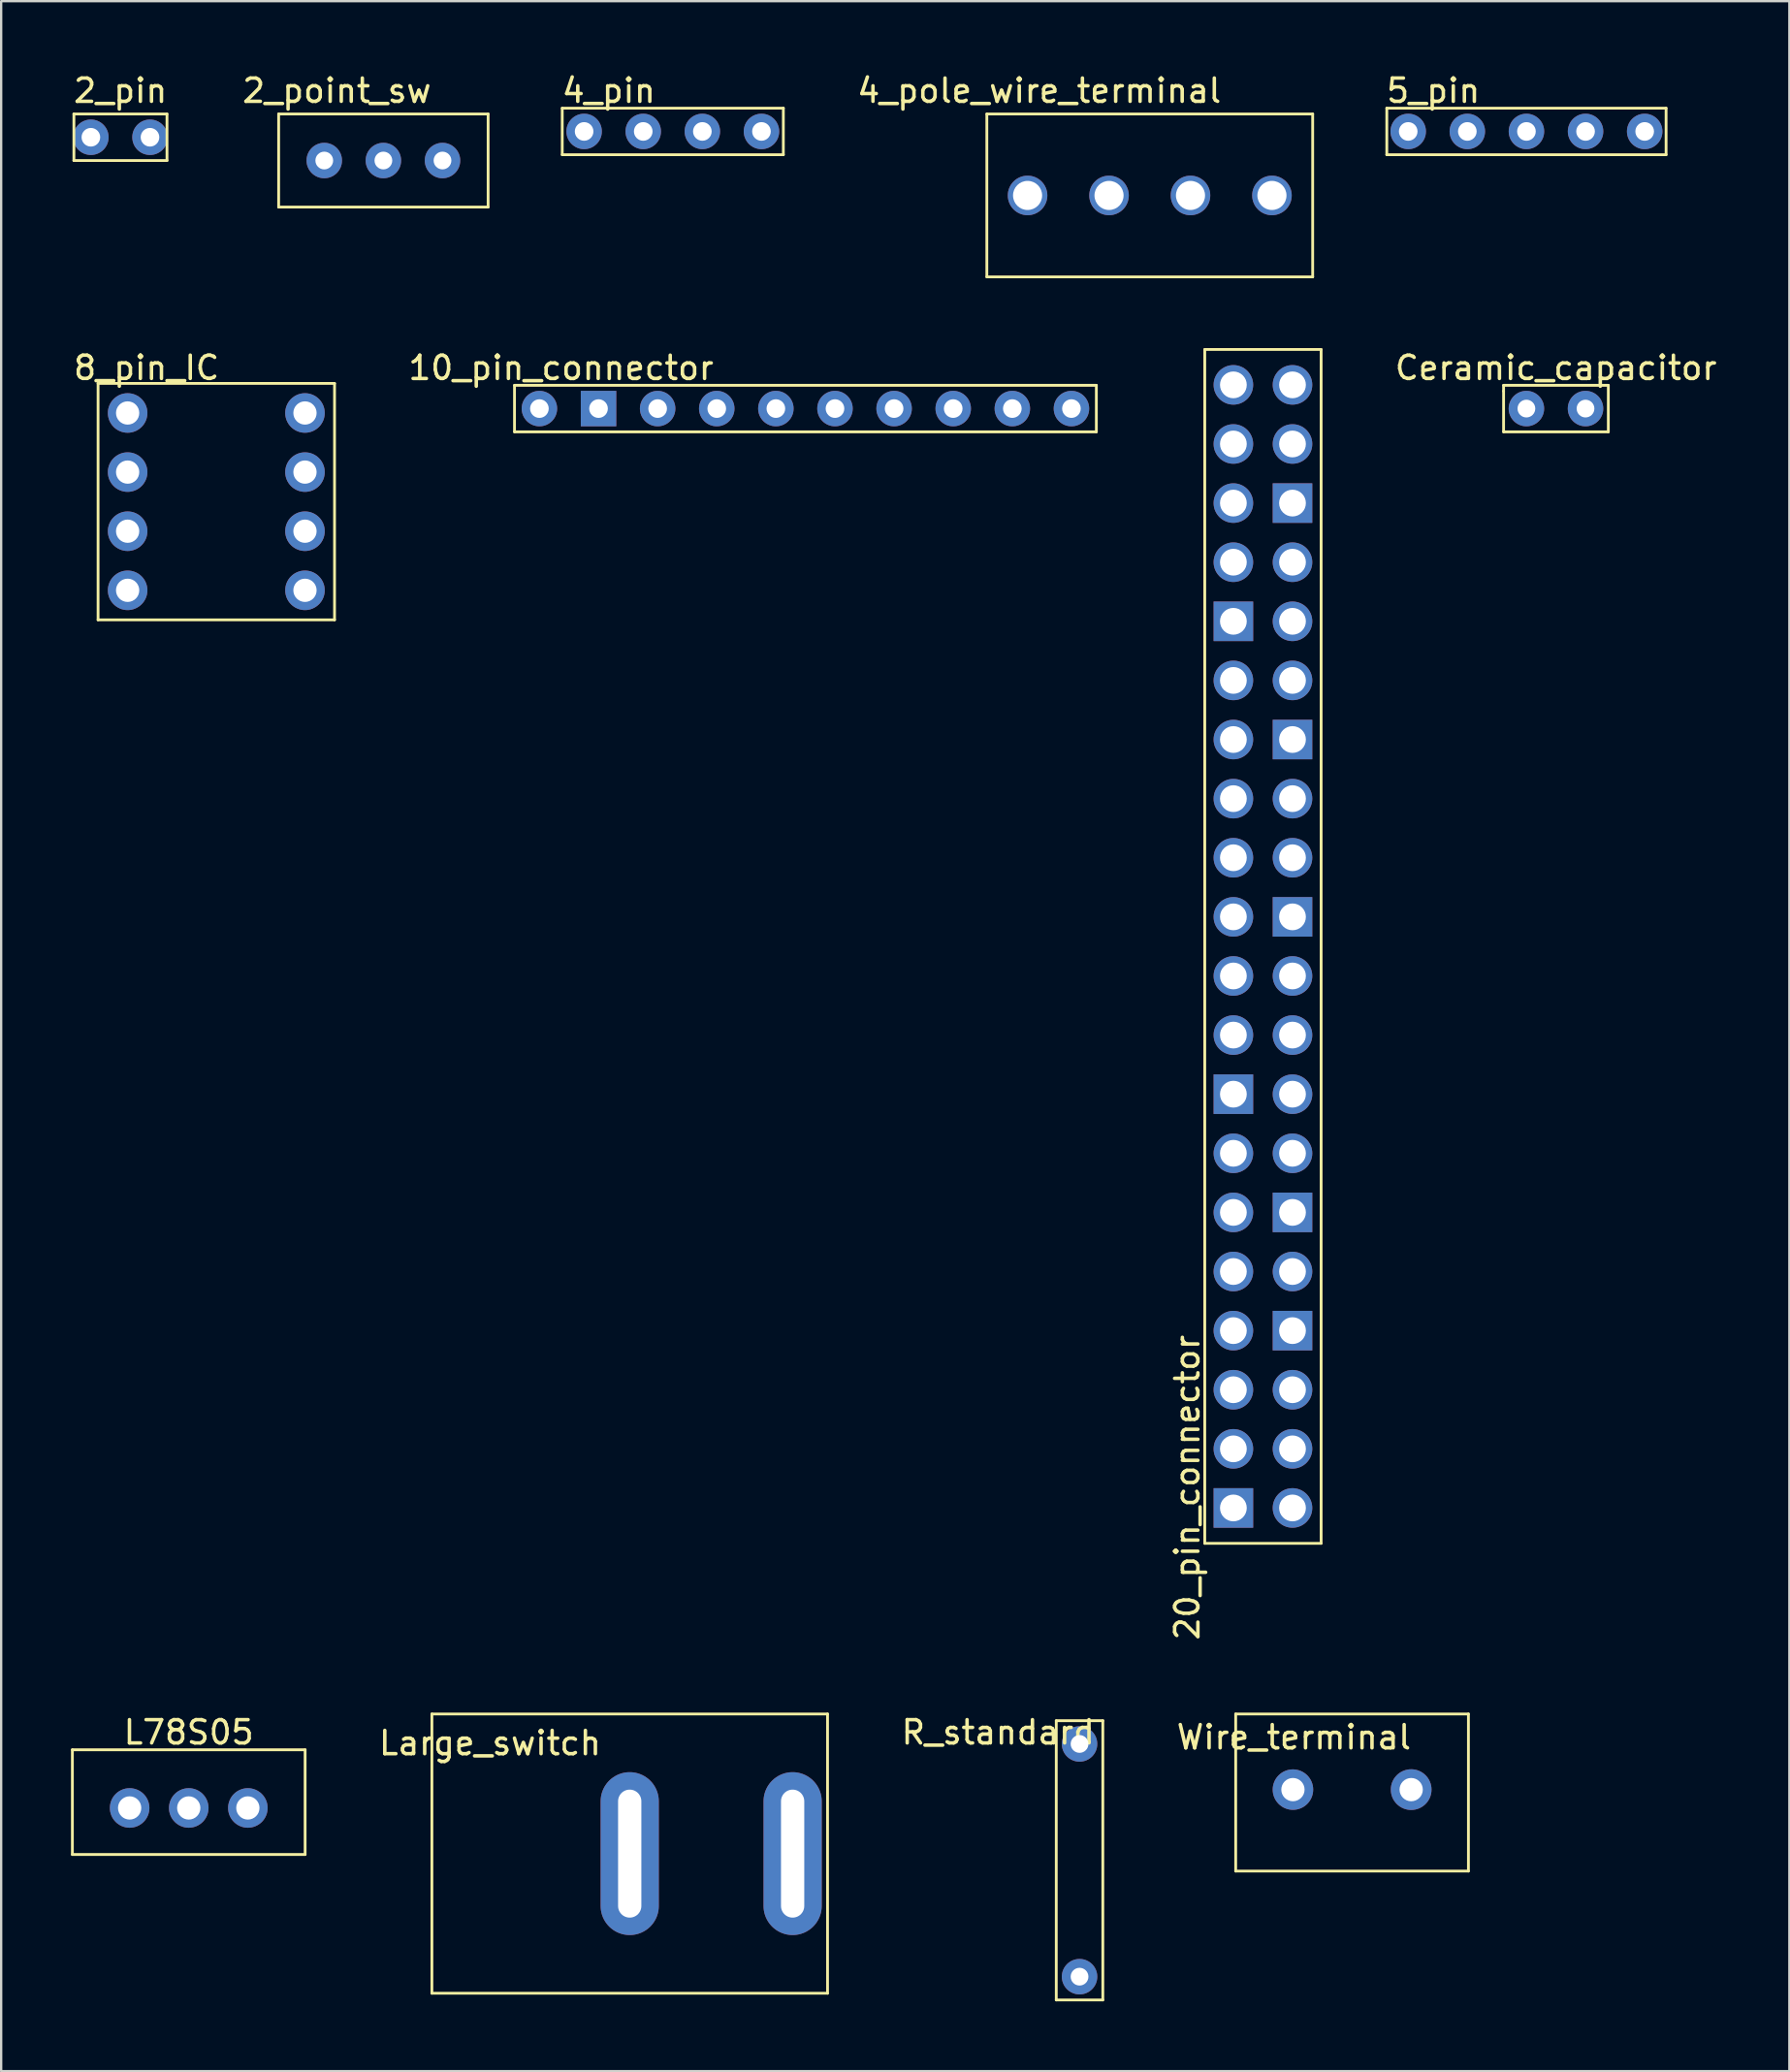
<source format=kicad_pcb>
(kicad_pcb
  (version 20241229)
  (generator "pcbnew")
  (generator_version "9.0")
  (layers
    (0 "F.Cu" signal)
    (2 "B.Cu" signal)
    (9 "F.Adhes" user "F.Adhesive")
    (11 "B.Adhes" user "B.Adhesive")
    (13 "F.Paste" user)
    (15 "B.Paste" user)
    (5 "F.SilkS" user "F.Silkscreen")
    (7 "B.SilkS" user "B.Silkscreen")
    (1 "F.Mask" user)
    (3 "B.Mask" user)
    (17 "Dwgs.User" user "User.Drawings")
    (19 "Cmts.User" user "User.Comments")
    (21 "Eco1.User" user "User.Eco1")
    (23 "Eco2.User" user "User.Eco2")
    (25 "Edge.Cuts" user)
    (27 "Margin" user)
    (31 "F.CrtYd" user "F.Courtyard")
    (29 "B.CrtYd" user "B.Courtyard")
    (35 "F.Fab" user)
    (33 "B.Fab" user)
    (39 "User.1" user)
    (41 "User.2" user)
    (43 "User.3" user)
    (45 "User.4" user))
  (footprint "5_pin"
    (layer "F.Cu")
    (at 62.537 2.598)
    (property "Reference" "5_pin" (at -4 -1.75 0) (layer "F.SilkS") (effects (font (size 1 1) (thickness 0.15))))
    (attr through_hole)
    (fp_line (start -6 -1) (end -6 1) (stroke (width 0.12) (type solid)) (layer "F.SilkS"))
    (fp_line (start -6 1) (end 6 1) (stroke (width 0.12) (type solid)) (layer "F.SilkS"))
    (fp_line (start 6 -1) (end -6 -1) (stroke (width 0.12) (type solid)) (layer "F.SilkS"))
    (fp_line (start 6 1) (end 6 -1) (stroke (width 0.12) (type solid)) (layer "F.SilkS"))
    (pad "1" thru_hole circle (at -5.08 0) (size 1.524 1.524) (drill 0.8) (layers "*.Cu" "*.Mask"))
    (pad "2" thru_hole circle (at -2.54 0) (size 1.524 1.524) (drill 0.8) (layers "*.Cu" "*.Mask"))
    (pad "3" thru_hole circle (at 0 0) (size 1.524 1.524) (drill 0.8) (layers "*.Cu" "*.Mask"))
    (pad "4" thru_hole circle (at 2.54 0) (size 1.524 1.524) (drill 0.8) (layers "*.Cu" "*.Mask"))
    (pad "5" thru_hole circle (at 5.08 0) (size 1.524 1.524) (drill 0.8) (layers "*.Cu" "*.Mask")))
  (footprint "2_point_sw"
    (layer "F.Cu")
    (at 13.423 3.848)
    (property "Reference" "2_point_sw" (at -2 -3 0) (layer "F.SilkS") (effects (font (size 1 1) (thickness 0.15))))
    (attr through_hole)
    (fp_line (start -4.5 -2) (end -4.5 2) (stroke (width 0.12) (type solid)) (layer "F.SilkS"))
    (fp_line (start -4.5 2) (end 4.5 2) (stroke (width 0.12) (type solid)) (layer "F.SilkS"))
    (fp_line (start 4.5 -2) (end -4.5 -2) (stroke (width 0.12) (type solid)) (layer "F.SilkS"))
    (fp_line (start 4.5 -2) (end 4.5 2) (stroke (width 0.12) (type solid)) (layer "F.SilkS"))
    (pad "1" thru_hole circle (at -2.54 0) (size 1.524 1.524) (drill 0.762) (layers "*.Cu" "*.Mask"))
    (pad "2" thru_hole circle (at 0 0) (size 1.524 1.524) (drill 0.762) (layers "*.Cu" "*.Mask"))
    (pad "3" thru_hole circle (at 2.54 0) (size 1.524 1.524) (drill 0.762) (layers "*.Cu" "*.Mask")))
  (footprint "R_standard"
    (layer "F.Cu")
    (at 43.335 76.889)
    (property "Reference" "R_standard" (at -3.5 -5.5 0) (layer "F.SilkS") (effects (font (size 1 1) (thickness 0.15))))
    (attr through_hole)
    (fp_line (start -1 -6) (end -1 6) (stroke (width 0.12) (type solid)) (layer "F.SilkS"))
    (fp_line (start -1 6) (end 1 6) (stroke (width 0.12) (type solid)) (layer "F.SilkS"))
    (fp_line (start 1 -6) (end -1 -6) (stroke (width 0.12) (type solid)) (layer "F.SilkS"))
    (fp_line (start 1 6) (end 1 -6) (stroke (width 0.12) (type solid)) (layer "F.SilkS"))
    (pad "1" thru_hole circle (at 0 -5) (size 1.524 1.524) (drill 0.762) (layers "*.Cu" "*.Mask"))
    (pad "2" thru_hole circle (at 0 5) (size 1.524 1.524) (drill 0.762) (layers "*.Cu" "*.Mask")))
  (footprint "Large_switch"
    (layer "F.Cu")
    (at 24.007 76.601)
    (property "Reference" "Large_switch" (at -6 -4.75 0) (layer "F.SilkS") (effects (font (size 1 1) (thickness 0.15))))
    (attr through_hole)
    (fp_line (start -8.5 -6) (end -8.5 6) (stroke (width 0.12) (type solid)) (layer "F.SilkS"))
    (fp_line (start -8.5 -6) (end 8.5 -6) (stroke (width 0.12) (type solid)) (layer "F.SilkS"))
    (fp_line (start -8.5 6) (end 8.5 6) (stroke (width 0.12) (type solid)) (layer "F.SilkS"))
    (fp_line (start 8.5 -6) (end 8.5 6) (stroke (width 0.12) (type solid)) (layer "F.SilkS"))
    (pad "1" thru_hole oval (at 0 0) (size 2.5 7) (drill oval 1 5.5) (layers "*.Cu" "*.Mask"))
    (pad "2" thru_hole oval (at 7 0) (size 2.5 7) (drill oval 1 5.5) (layers "*.Cu" "*.Mask")))
  (footprint "Ceramic_capacitor"
    (layer "F.Cu")
    (at 63.805 14.507)
    (property "Reference" "Ceramic_capacitor" (at 0 -1.75 0) (layer "F.SilkS") (effects (font (size 1 1) (thickness 0.15))))
    (attr through_hole)
    (fp_line (start -2.25 -1) (end -2.25 -0.75) (stroke (width 0.12) (type solid)) (layer "F.SilkS"))
    (fp_line (start -2.25 -0.75) (end -2.25 1) (stroke (width 0.12) (type solid)) (layer "F.SilkS"))
    (fp_line (start -2.25 1) (end 2.25 1) (stroke (width 0.12) (type solid)) (layer "F.SilkS"))
    (fp_line (start 2.25 -1) (end -2.25 -1) (stroke (width 0.12) (type solid)) (layer "F.SilkS"))
    (fp_line (start 2.25 1) (end 2.25 -1) (stroke (width 0.12) (type solid)) (layer "F.SilkS"))
    (pad "1" thru_hole circle (at -1.27 0) (size 1.524 1.524) (drill 0.762) (layers "*.Cu" "*.Mask"))
    (pad "2" thru_hole circle (at 1.27 0) (size 1.524 1.524) (drill 0.762) (layers "*.Cu" "*.Mask")))
  (footprint "2_pin"
    (layer "F.Cu")
    (at 2.125 2.848)
    (property "Reference" "2_pin" (at 0 -2 0) (layer "F.SilkS") (effects (font (size 1 1) (thickness 0.15))))
    (attr through_hole)
    (fp_line (start -2 -1) (end -2 1) (stroke (width 0.12) (type solid)) (layer "F.SilkS"))
    (fp_line (start -2 1) (end 2 1) (stroke (width 0.12) (type solid)) (layer "F.SilkS"))
    (fp_line (start 2 -1) (end -2 -1) (stroke (width 0.12) (type solid)) (layer "F.SilkS"))
    (fp_line (start 2 1) (end 2 -1) (stroke (width 0.12) (type solid)) (layer "F.SilkS"))
    (pad "1" thru_hole circle (at -1.27 0) (size 1.524 1.524) (drill 0.8) (layers "*.Cu" "*.Mask"))
    (pad "2" thru_hole circle (at 1.27 0) (size 1.524 1.524) (drill 0.8) (layers "*.Cu" "*.Mask")))
  (footprint "4_pole_wire_terminal"
    (layer "F.Cu")
    (at 46.352 5.348)
    (property "Reference" "4_pole_wire_terminal" (at -4.75 -4.5 0) (layer "F.SilkS") (effects (font (size 1 1) (thickness 0.15))))
    (attr through_hole)
    (fp_line (start -7 -3.5) (end -7 3.5) (stroke (width 0.12) (type solid)) (layer "F.SilkS"))
    (fp_line (start -7 3.5) (end 7 3.5) (stroke (width 0.12) (type solid)) (layer "F.SilkS"))
    (fp_line (start 7 -3.5) (end -7 -3.5) (stroke (width 0.12) (type solid)) (layer "F.SilkS"))
    (fp_line (start 7 3.5) (end 7 -3.5) (stroke (width 0.12) (type solid)) (layer "F.SilkS"))
    (pad "1" thru_hole circle (at -5.25 0) (size 1.7 1.7) (drill 1.25) (layers "*.Cu" "*.Mask"))
    (pad "2" thru_hole circle (at -1.75 0) (size 1.7 1.7) (drill 1.25) (layers "*.Cu" "*.Mask"))
    (pad "3" thru_hole circle (at 1.75 0) (size 1.7 1.7) (drill 1.25) (layers "*.Cu" "*.Mask"))
    (pad "4" thru_hole circle (at 5.25 0) (size 1.7 1.7) (drill 1.25) (layers "*.Cu" "*.Mask")))
  (footprint "Wire_terminal"
    (layer "F.Cu")
    (at 55.044 73.851)
    (property "Reference" "Wire_terminal" (at -2.5 -2.25 0) (layer "F.SilkS") (effects (font (size 1 1) (thickness 0.15))))
    (attr through_hole)
    (fp_line (start -5 -3.25) (end 5 -3.25) (stroke (width 0.12) (type solid)) (layer "F.SilkS"))
    (fp_line (start -5 3.5) (end -5 -3.25) (stroke (width 0.12) (type solid)) (layer "F.SilkS"))
    (fp_line (start -5 3.5) (end 5 3.5) (stroke (width 0.12) (type solid)) (layer "F.SilkS"))
    (fp_line (start 5 -3.25) (end 5 3.5) (stroke (width 0.12) (type solid)) (layer "F.SilkS"))
    (pad "1" thru_hole circle (at -2.54 0) (size 1.74 1.74) (drill 1) (layers "*.Cu" "*.Mask"))
    (pad "2" thru_hole circle (at 2.54 0) (size 1.75 1.75) (drill 1) (layers "*.Cu" "*.Mask")))
  (footprint "L78S05"
    (layer "F.Cu")
    (at 5.06 74.639)
    (property "Reference" "L78S05" (at 0 -3.25 0) (layer "F.SilkS") (effects (font (size 1 1) (thickness 0.15))))
    (attr through_hole)
    (fp_line (start -5 -2.5) (end 5 -2.5) (stroke (width 0.12) (type solid)) (layer "F.SilkS"))
    (fp_line (start -5 2) (end -5 -2.5) (stroke (width 0.12) (type solid)) (layer "F.SilkS"))
    (fp_line (start -5 2) (end 5 2) (stroke (width 0.12) (type solid)) (layer "F.SilkS"))
    (fp_line (start 5 -2.5) (end 5 2) (stroke (width 0.12) (type solid)) (layer "F.SilkS"))
    (pad "1" thru_hole circle (at -2.54 0) (size 1.7 1.7) (drill 1) (layers "*.Cu" "*.Mask"))
    (pad "2" thru_hole circle (at 0 0) (size 1.7 1.7) (drill 1) (layers "*.Cu" "*.Mask"))
    (pad "3" thru_hole circle (at 2.54 0) (size 1.7 1.7) (drill 1) (layers "*.Cu" "*.Mask")))
  (footprint "20_pin_connector"
    (layer "F.Cu")
    (at 51.215 37.618)
    (property "Reference" "20_pin_connector" (at -3.25 23.25 90) (layer "F.SilkS") (effects (font (size 1 1) (thickness 0.15))))
    (attr through_hole)
    (fp_line (start -2.5 -25.65) (end -2.5 25.65) (stroke (width 0.12) (type solid)) (layer "F.SilkS"))
    (fp_line (start -2.5 -25.65) (end 2.5 -25.65) (stroke (width 0.12) (type solid)) (layer "F.SilkS"))
    (fp_line (start -2.5 25.65) (end 2.5 25.65) (stroke (width 0.12) (type solid)) (layer "F.SilkS"))
    (fp_line (start 2.5 -25.65) (end 2.5 25.65) (stroke (width 0.12) (type solid)) (layer "F.SilkS"))
    (pad "1" thru_hole circle (at -1.27 -24.13) (size 1.7 1.7) (drill 1.15) (layers "*.Cu" "*.Mask"))
    (pad "2" thru_hole circle (at 1.27 -24.13) (size 1.7 1.7) (drill 1.15) (layers "*.Cu" "*.Mask"))
    (pad "3" thru_hole circle (at -1.27 -21.59) (size 1.7 1.7) (drill 1.15) (layers "*.Cu" "*.Mask"))
    (pad "4" thru_hole circle (at 1.27 -21.59) (size 1.7 1.7) (drill 1.15) (layers "*.Cu" "*.Mask"))
    (pad "5" thru_hole circle (at -1.27 -19.05) (size 1.7 1.7) (drill 1.15) (layers "*.Cu" "*.Mask"))
    (pad "6" thru_hole rect (at 1.27 -19.05) (size 1.7 1.7) (drill 1.15) (layers "*.Cu" "*.Mask"))
    (pad "7" thru_hole circle (at -1.27 -16.51) (size 1.7 1.7) (drill 1.15) (layers "*.Cu" "*.Mask"))
    (pad "8" thru_hole circle (at 1.27 -16.51) (size 1.7 1.7) (drill 1.15) (layers "*.Cu" "*.Mask"))
    (pad "9" thru_hole rect (at -1.27 -13.97) (size 1.7 1.7) (drill 1.15) (layers "*.Cu" "*.Mask"))
    (pad "10" thru_hole circle (at 1.27 -13.97) (size 1.7 1.7) (drill 1.15) (layers "*.Cu" "*.Mask"))
    (pad "11" thru_hole circle (at -1.27 -11.43) (size 1.7 1.7) (drill 1.15) (layers "*.Cu" "*.Mask"))
    (pad "12" thru_hole circle (at 1.27 -11.43) (size 1.7 1.7) (drill 1.15) (layers "*.Cu" "*.Mask"))
    (pad "13" thru_hole circle (at -1.27 -8.89) (size 1.7 1.7) (drill 1.15) (layers "*.Cu" "*.Mask"))
    (pad "14" thru_hole rect (at 1.27 -8.89) (size 1.7 1.7) (drill 1.15) (layers "*.Cu" "*.Mask"))
    (pad "15" thru_hole circle (at -1.27 -6.35) (size 1.7 1.7) (drill 1.15) (layers "*.Cu" "*.Mask"))
    (pad "16" thru_hole circle (at 1.27 -6.35) (size 1.7 1.7) (drill 1.15) (layers "*.Cu" "*.Mask"))
    (pad "17" thru_hole circle (at -1.27 -3.81) (size 1.7 1.7) (drill 1.15) (layers "*.Cu" "*.Mask"))
    (pad "18" thru_hole circle (at 1.27 -3.81) (size 1.7 1.7) (drill 1.15) (layers "*.Cu" "*.Mask"))
    (pad "19" thru_hole circle (at -1.27 -1.27) (size 1.7 1.7) (drill 1.15) (layers "*.Cu" "*.Mask"))
    (pad "20" thru_hole rect (at 1.27 -1.27) (size 1.7 1.7) (drill 1.15) (layers "*.Cu" "*.Mask"))
    (pad "21" thru_hole circle (at -1.27 1.27) (size 1.7 1.7) (drill 1.15) (layers "*.Cu" "*.Mask"))
    (pad "22" thru_hole circle (at 1.27 1.27) (size 1.7 1.7) (drill 1.15) (layers "*.Cu" "*.Mask"))
    (pad "23" thru_hole circle (at -1.27 3.81) (size 1.7 1.7) (drill 1.15) (layers "*.Cu" "*.Mask"))
    (pad "24" thru_hole circle (at 1.27 3.81) (size 1.7 1.7) (drill 1.15) (layers "*.Cu" "*.Mask"))
    (pad "25" thru_hole rect (at -1.27 6.35) (size 1.7 1.7) (drill 1.15) (layers "*.Cu" "*.Mask"))
    (pad "26" thru_hole circle (at 1.27 6.35) (size 1.7 1.7) (drill 1.15) (layers "*.Cu" "*.Mask"))
    (pad "27" thru_hole circle (at -1.27 8.89) (size 1.7 1.7) (drill 1.15) (layers "*.Cu" "*.Mask"))
    (pad "28" thru_hole circle (at 1.27 8.89) (size 1.7 1.7) (drill 1.15) (layers "*.Cu" "*.Mask"))
    (pad "29" thru_hole circle (at -1.27 11.43) (size 1.7 1.7) (drill 1.15) (layers "*.Cu" "*.Mask"))
    (pad "30" thru_hole rect (at 1.27 11.43) (size 1.7 1.7) (drill 1.15) (layers "*.Cu" "*.Mask"))
    (pad "31" thru_hole circle (at -1.27 13.97) (size 1.7 1.7) (drill 1.15) (layers "*.Cu" "*.Mask"))
    (pad "32" thru_hole circle (at 1.27 13.97) (size 1.7 1.7) (drill 1.15) (layers "*.Cu" "*.Mask"))
    (pad "33" thru_hole circle (at -1.27 16.51) (size 1.7 1.7) (drill 1.15) (layers "*.Cu" "*.Mask"))
    (pad "34" thru_hole rect (at 1.27 16.51) (size 1.7 1.7) (drill 1.15) (layers "*.Cu" "*.Mask"))
    (pad "35" thru_hole circle (at -1.27 19.05) (size 1.7 1.7) (drill 1.15) (layers "*.Cu" "*.Mask"))
    (pad "36" thru_hole circle (at 1.27 19.05) (size 1.7 1.7) (drill 1.15) (layers "*.Cu" "*.Mask"))
    (pad "37" thru_hole circle (at -1.27 21.59) (size 1.7 1.7) (drill 1.15) (layers "*.Cu" "*.Mask"))
    (pad "38" thru_hole circle (at 1.27 21.59) (size 1.7 1.7) (drill 1.15) (layers "*.Cu" "*.Mask"))
    (pad "39" thru_hole rect (at -1.27 24.13) (size 1.7 1.7) (drill 1.15) (layers "*.Cu" "*.Mask"))
    (pad "40" thru_hole circle (at 1.27 24.13) (size 1.7 1.7) (drill 1.15) (layers "*.Cu" "*.Mask")))
  (footprint "8_pin_IC"
    (layer "F.Cu")
    (at 6.244 18.506)
    (property "Reference" "8_pin_IC" (at -3 -5.75 0) (layer "F.SilkS") (effects (font (size 1 1) (thickness 0.15))))
    (attr through_hole)
    (fp_line (start -5.08 -5.08) (end 5.08 -5.08) (stroke (width 0.12) (type solid)) (layer "F.SilkS"))
    (fp_line (start -5.08 5.08) (end -5.08 -5.08) (stroke (width 0.12) (type solid)) (layer "F.SilkS"))
    (fp_line (start -5.08 5.08) (end 5.08 5.08) (stroke (width 0.12) (type solid)) (layer "F.SilkS"))
    (fp_line (start 5.08 -5.08) (end 5.08 5.08) (stroke (width 0.12) (type solid)) (layer "F.SilkS"))
    (pad "1" thru_hole circle (at -3.81 -3.81) (size 1.7 1.7) (drill 1) (layers "*.Cu" "*.Mask"))
    (pad "2" thru_hole circle (at -3.81 -1.27) (size 1.7 1.7) (drill 1) (layers "*.Cu" "*.Mask"))
    (pad "3" thru_hole circle (at -3.81 1.27) (size 1.7 1.7) (drill 1) (layers "*.Cu" "*.Mask"))
    (pad "4" thru_hole circle (at -3.81 3.81) (size 1.7 1.7) (drill 1) (layers "*.Cu" "*.Mask"))
    (pad "5" thru_hole circle (at 3.81 3.81) (size 1.7 1.7) (drill 1) (layers "*.Cu" "*.Mask"))
    (pad "6" thru_hole circle (at 3.81 1.27) (size 1.7 1.7) (drill 1) (layers "*.Cu" "*.Mask"))
    (pad "7" thru_hole circle (at 3.81 -1.27) (size 1.7 1.7) (drill 1) (layers "*.Cu" "*.Mask"))
    (pad "8" thru_hole circle (at 3.81 -3.81) (size 1.7 1.7) (drill 1) (layers "*.Cu" "*.Mask")))
  (footprint "10_pin_connector"
    (layer "F.Cu")
    (at 31.557 14.507)
    (property "Reference" "10_pin_connector" (at -10.5 -1.75 0) (layer "F.SilkS") (effects (font (size 1 1) (thickness 0.15))))
    (attr through_hole)
    (fp_line (start -12.5 -1) (end -12.5 1) (stroke (width 0.12) (type solid)) (layer "F.SilkS"))
    (fp_line (start -12.5 1) (end 12.5 1) (stroke (width 0.12) (type solid)) (layer "F.SilkS"))
    (fp_line (start 12.5 -1) (end -12.5 -1) (stroke (width 0.12) (type solid)) (layer "F.SilkS"))
    (fp_line (start 12.5 1) (end 12.5 -1) (stroke (width 0.12) (type solid)) (layer "F.SilkS"))
    (pad "1" thru_hole circle (at -11.43 0) (size 1.524 1.524) (drill 0.8) (layers "*.Cu" "*.Mask"))
    (pad "2" thru_hole rect (at -8.89 0) (size 1.524 1.524) (drill 0.8) (layers "*.Cu" "*.Mask"))
    (pad "3" thru_hole circle (at -6.35 0) (size 1.524 1.524) (drill 0.8) (layers "*.Cu" "*.Mask"))
    (pad "4" thru_hole circle (at -3.81 0) (size 1.524 1.524) (drill 0.8) (layers "*.Cu" "*.Mask"))
    (pad "5" thru_hole circle (at -1.27 0) (size 1.524 1.524) (drill 0.8) (layers "*.Cu" "*.Mask"))
    (pad "6" thru_hole circle (at 1.27 0) (size 1.524 1.524) (drill 0.8) (layers "*.Cu" "*.Mask"))
    (pad "7" thru_hole circle (at 3.81 0) (size 1.524 1.524) (drill 0.8) (layers "*.Cu" "*.Mask"))
    (pad "8" thru_hole circle (at 6.35 0) (size 1.524 1.524) (drill 0.8) (layers "*.Cu" "*.Mask"))
    (pad "9" thru_hole circle (at 8.89 0) (size 1.524 1.524) (drill 0.8) (layers "*.Cu" "*.Mask"))
    (pad "10" thru_hole circle (at 11.43 0) (size 1.524 1.524) (drill 0.8) (layers "*.Cu" "*.Mask")))
  (footprint "4_pin"
    (layer "F.Cu")
    (at 25.858 2.598)
    (property "Reference" "4_pin" (at -2.75 -1.75 0) (layer "F.SilkS") (effects (font (size 1 1) (thickness 0.15))))
    (attr through_hole)
    (fp_line (start -4.75 -1) (end -4.75 1) (stroke (width 0.12) (type solid)) (layer "F.SilkS"))
    (fp_line (start -4.75 1) (end 4.75 1) (stroke (width 0.12) (type solid)) (layer "F.SilkS"))
    (fp_line (start 4.75 -1) (end -4.75 -1) (stroke (width 0.12) (type solid)) (layer "F.SilkS"))
    (fp_line (start 4.75 1) (end 4.75 -1) (stroke (width 0.12) (type solid)) (layer "F.SilkS"))
    (pad "1" thru_hole circle (at -3.81 0) (size 1.524 1.524) (drill 0.8) (layers "*.Cu" "*.Mask"))
    (pad "2" thru_hole circle (at -1.27 0) (size 1.524 1.524) (drill 0.8) (layers "*.Cu" "*.Mask"))
    (pad "3" thru_hole circle (at 1.27 0) (size 1.524 1.524) (drill 0.8) (layers "*.Cu" "*.Mask"))
    (pad "4" thru_hole circle (at 3.81 0) (size 1.524 1.524) (drill 0.8) (layers "*.Cu" "*.Mask")))
  (gr_rect
    (start -3 -3)
    (end 73.834 85.949)
    (stroke (width 0.1) (type default))
    (fill no)
    (layer "Edge.Cuts")))
</source>
